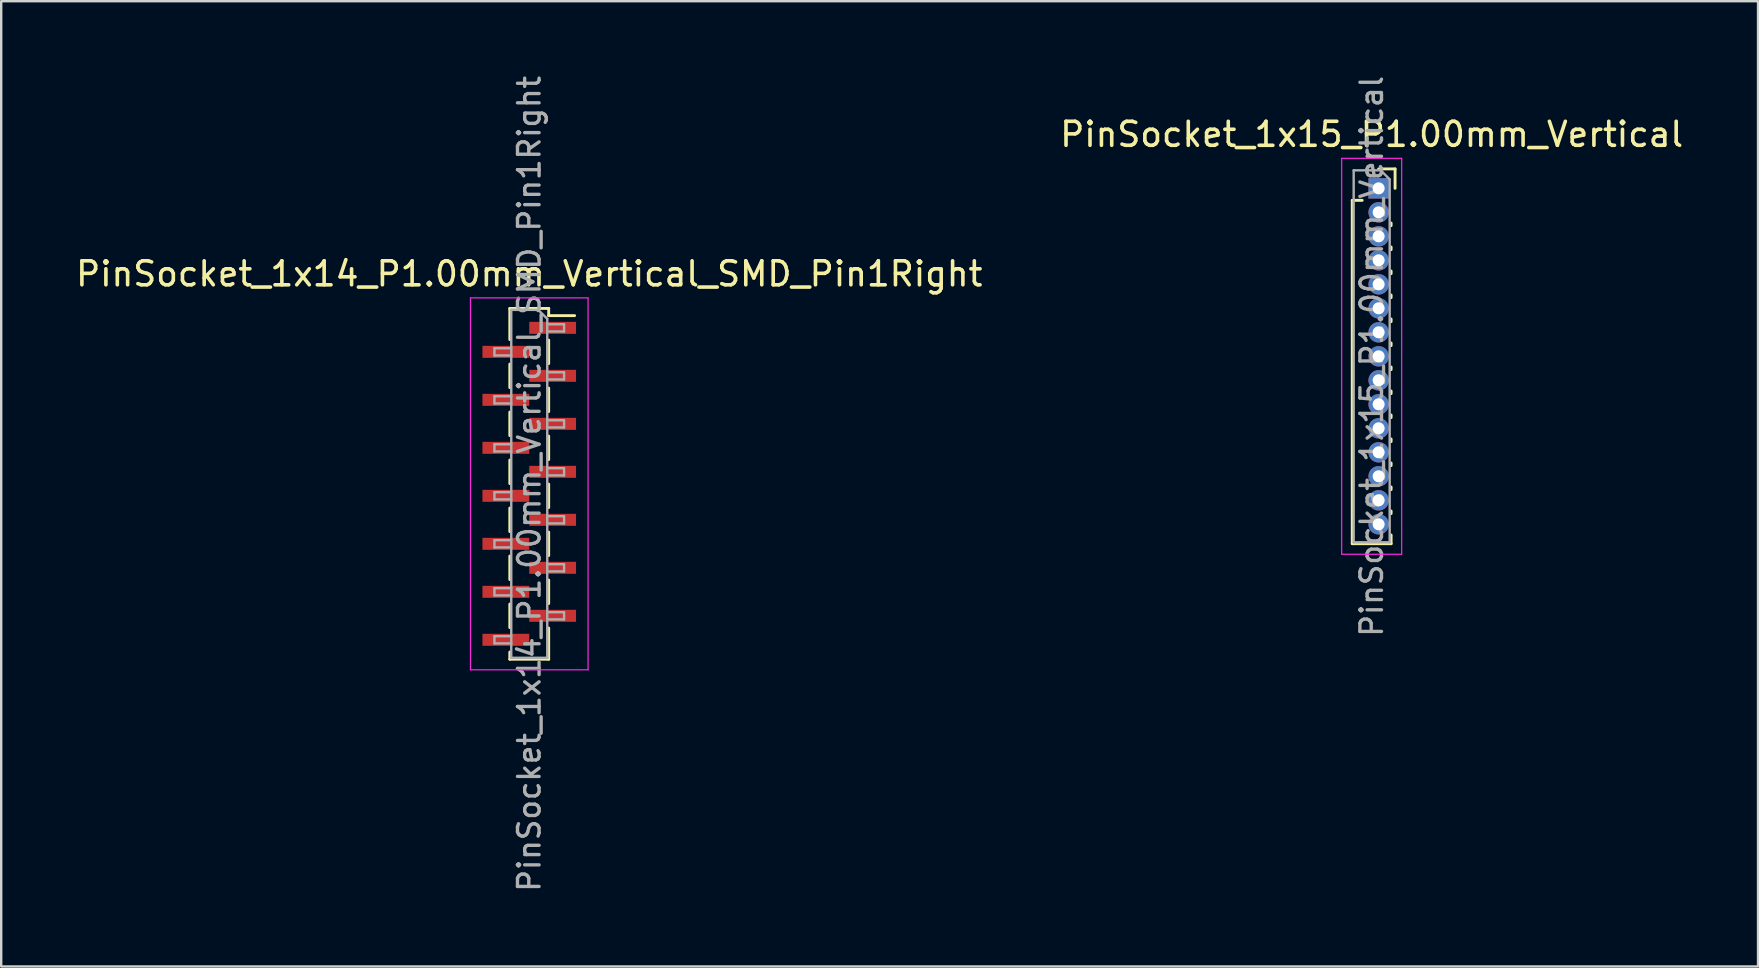
<source format=kicad_pcb>
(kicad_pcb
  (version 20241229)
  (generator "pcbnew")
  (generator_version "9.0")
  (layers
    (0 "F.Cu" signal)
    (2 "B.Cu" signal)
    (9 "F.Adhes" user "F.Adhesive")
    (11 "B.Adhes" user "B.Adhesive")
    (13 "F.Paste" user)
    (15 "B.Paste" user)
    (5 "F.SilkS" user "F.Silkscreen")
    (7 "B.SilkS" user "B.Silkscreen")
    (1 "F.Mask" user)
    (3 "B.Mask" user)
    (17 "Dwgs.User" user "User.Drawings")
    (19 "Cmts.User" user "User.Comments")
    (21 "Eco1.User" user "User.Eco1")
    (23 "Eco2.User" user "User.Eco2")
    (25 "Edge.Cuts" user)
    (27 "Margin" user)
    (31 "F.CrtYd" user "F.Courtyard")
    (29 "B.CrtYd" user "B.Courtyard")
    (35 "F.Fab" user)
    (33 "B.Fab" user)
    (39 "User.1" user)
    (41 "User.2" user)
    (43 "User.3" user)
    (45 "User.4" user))
  (footprint "PinSocket_1x15_P1.00mm_Vertical"
    (layer "F.Cu")
    (at 54.403 4.799)
    (property "Reference" "PinSocket_1x15_P1.00mm_Vertical" (at -0.29 -2.25 0) (layer "F.SilkS") (effects (font (size 1 1) (thickness 0.15))))
    (attr through_hole)
    (fp_line (start -1.1 0.5) (end -1.1 14.81) (stroke (width 0.12) (type solid)) (layer "F.SilkS"))
    (fp_line (start -1.1 0.5) (end -0.685 0.5) (stroke (width 0.12) (type solid)) (layer "F.SilkS"))
    (fp_line (start -1.1 14.81) (end 0.52 14.81) (stroke (width 0.12) (type solid)) (layer "F.SilkS"))
    (fp_line (start 0 -0.81) (end 0.685 -0.81) (stroke (width 0.12) (type solid)) (layer "F.SilkS"))
    (fp_line (start 0.52 1.446) (end 0.52 1.554) (stroke (width 0.12) (type solid)) (layer "F.SilkS"))
    (fp_line (start 0.52 2.446) (end 0.52 2.554) (stroke (width 0.12) (type solid)) (layer "F.SilkS"))
    (fp_line (start 0.52 3.446) (end 0.52 3.554) (stroke (width 0.12) (type solid)) (layer "F.SilkS"))
    (fp_line (start 0.52 4.446) (end 0.52 4.554) (stroke (width 0.12) (type solid)) (layer "F.SilkS"))
    (fp_line (start 0.52 5.446) (end 0.52 5.554) (stroke (width 0.12) (type solid)) (layer "F.SilkS"))
    (fp_line (start 0.52 6.446) (end 0.52 6.554) (stroke (width 0.12) (type solid)) (layer "F.SilkS"))
    (fp_line (start 0.52 7.446) (end 0.52 7.554) (stroke (width 0.12) (type solid)) (layer "F.SilkS"))
    (fp_line (start 0.52 8.446) (end 0.52 8.554) (stroke (width 0.12) (type solid)) (layer "F.SilkS"))
    (fp_line (start 0.52 9.446) (end 0.52 9.554) (stroke (width 0.12) (type solid)) (layer "F.SilkS"))
    (fp_line (start 0.52 10.446) (end 0.52 10.554) (stroke (width 0.12) (type solid)) (layer "F.SilkS"))
    (fp_line (start 0.52 11.446) (end 0.52 11.554) (stroke (width 0.12) (type solid)) (layer "F.SilkS"))
    (fp_line (start 0.52 12.446) (end 0.52 12.554) (stroke (width 0.12) (type solid)) (layer "F.SilkS"))
    (fp_line (start 0.52 13.446) (end 0.52 13.554) (stroke (width 0.12) (type solid)) (layer "F.SilkS"))
    (fp_line (start 0.52 14.446) (end 0.52 14.81) (stroke (width 0.12) (type solid)) (layer "F.SilkS"))
    (fp_line (start 0.685 -0.81) (end 0.685 0) (stroke (width 0.12) (type solid)) (layer "F.SilkS"))
    (fp_line (start -1.54 -1.25) (end 0.96 -1.25) (stroke (width 0.05) (type solid)) (layer "F.CrtYd"))
    (fp_line (start -1.54 15.25) (end -1.54 -1.25) (stroke (width 0.05) (type solid)) (layer "F.CrtYd"))
    (fp_line (start 0.96 -1.25) (end 0.96 15.25) (stroke (width 0.05) (type solid)) (layer "F.CrtYd"))
    (fp_line (start 0.96 15.25) (end -1.54 15.25) (stroke (width 0.05) (type solid)) (layer "F.CrtYd"))
    (fp_line (start -1.04 -0.75) (end 0.085 -0.75) (stroke (width 0.1) (type solid)) (layer "F.Fab"))
    (fp_line (start -1.04 14.75) (end -1.04 -0.75) (stroke (width 0.1) (type solid)) (layer "F.Fab"))
    (fp_line (start 0.085 -0.75) (end 0.46 -0.375) (stroke (width 0.1) (type solid)) (layer "F.Fab"))
    (fp_line (start 0.46 -0.375) (end 0.46 14.75) (stroke (width 0.1) (type solid)) (layer "F.Fab"))
    (fp_line (start 0.46 14.75) (end -1.04 14.75) (stroke (width 0.1) (type solid)) (layer "F.Fab"))
    (fp_text user "${REFERENCE}" (at -0.29 7 90) (layer "F.Fab") (effects (font (size 0.9 0.9) (thickness 0.14))))
    (pad "1" thru_hole rect (at 0 0) (size 0.85 0.85) (drill 0.5) (layers "*.Cu" "*.Mask"))
    (pad "2" thru_hole oval (at 0 1) (size 0.85 0.85) (drill 0.5) (layers "*.Cu" "*.Mask"))
    (pad "3" thru_hole oval (at 0 2) (size 0.85 0.85) (drill 0.5) (layers "*.Cu" "*.Mask"))
    (pad "4" thru_hole oval (at 0 3) (size 0.85 0.85) (drill 0.5) (layers "*.Cu" "*.Mask"))
    (pad "5" thru_hole oval (at 0 4) (size 0.85 0.85) (drill 0.5) (layers "*.Cu" "*.Mask"))
    (pad "6" thru_hole oval (at 0 5) (size 0.85 0.85) (drill 0.5) (layers "*.Cu" "*.Mask"))
    (pad "7" thru_hole oval (at 0 6) (size 0.85 0.85) (drill 0.5) (layers "*.Cu" "*.Mask"))
    (pad "8" thru_hole oval (at 0 7) (size 0.85 0.85) (drill 0.5) (layers "*.Cu" "*.Mask"))
    (pad "9" thru_hole oval (at 0 8) (size 0.85 0.85) (drill 0.5) (layers "*.Cu" "*.Mask"))
    (pad "10" thru_hole oval (at 0 9) (size 0.85 0.85) (drill 0.5) (layers "*.Cu" "*.Mask"))
    (pad "11" thru_hole oval (at 0 10) (size 0.85 0.85) (drill 0.5) (layers "*.Cu" "*.Mask"))
    (pad "12" thru_hole oval (at 0 11) (size 0.85 0.85) (drill 0.5) (layers "*.Cu" "*.Mask"))
    (pad "13" thru_hole oval (at 0 12) (size 0.85 0.85) (drill 0.5) (layers "*.Cu" "*.Mask"))
    (pad "14" thru_hole oval (at 0 13) (size 0.85 0.85) (drill 0.5) (layers "*.Cu" "*.Mask"))
    (pad "15" thru_hole oval (at 0 14) (size 0.85 0.85) (drill 0.5) (layers "*.Cu" "*.Mask")))
  (footprint "PinSocket_1x14_P1.00mm_Vertical_SMD_Pin1Right"
    (layer "F.Cu")
    (at 19.006 17.113)
    (property "Reference" "PinSocket_1x14_P1.00mm_Vertical_SMD_Pin1Right" (at 0 -8.75 0) (layer "F.SilkS") (effects (font (size 1 1) (thickness 0.15))))
    (attr smd)
    (fp_line (start -0.81 -7.31) (end -0.81 -6.01) (stroke (width 0.12) (type solid)) (layer "F.SilkS"))
    (fp_line (start -0.81 -7.31) (end 0.81 -7.31) (stroke (width 0.12) (type solid)) (layer "F.SilkS"))
    (fp_line (start -0.81 -4.99) (end -0.81 -4.01) (stroke (width 0.12) (type solid)) (layer "F.SilkS"))
    (fp_line (start -0.81 -2.99) (end -0.81 -2.01) (stroke (width 0.12) (type solid)) (layer "F.SilkS"))
    (fp_line (start -0.81 -0.99) (end -0.81 -0.01) (stroke (width 0.12) (type solid)) (layer "F.SilkS"))
    (fp_line (start -0.81 1.01) (end -0.81 1.99) (stroke (width 0.12) (type solid)) (layer "F.SilkS"))
    (fp_line (start -0.81 3.01) (end -0.81 3.99) (stroke (width 0.12) (type solid)) (layer "F.SilkS"))
    (fp_line (start -0.81 5.01) (end -0.81 5.99) (stroke (width 0.12) (type solid)) (layer "F.SilkS"))
    (fp_line (start -0.81 7.01) (end -0.81 7.31) (stroke (width 0.12) (type solid)) (layer "F.SilkS"))
    (fp_line (start -0.81 7.31) (end 0.81 7.31) (stroke (width 0.12) (type solid)) (layer "F.SilkS"))
    (fp_line (start 0.81 -7.31) (end 0.81 -7.01) (stroke (width 0.12) (type solid)) (layer "F.SilkS"))
    (fp_line (start 0.81 -7.01) (end 1.89 -7.01) (stroke (width 0.12) (type solid)) (layer "F.SilkS"))
    (fp_line (start 0.81 -5.99) (end 0.81 -5.01) (stroke (width 0.12) (type solid)) (layer "F.SilkS"))
    (fp_line (start 0.81 -3.99) (end 0.81 -3.01) (stroke (width 0.12) (type solid)) (layer "F.SilkS"))
    (fp_line (start 0.81 -1.99) (end 0.81 -1.01) (stroke (width 0.12) (type solid)) (layer "F.SilkS"))
    (fp_line (start 0.81 0.01) (end 0.81 0.99) (stroke (width 0.12) (type solid)) (layer "F.SilkS"))
    (fp_line (start 0.81 2.01) (end 0.81 2.99) (stroke (width 0.12) (type solid)) (layer "F.SilkS"))
    (fp_line (start 0.81 4.01) (end 0.81 4.99) (stroke (width 0.12) (type solid)) (layer "F.SilkS"))
    (fp_line (start 0.81 6.01) (end 0.81 7.31) (stroke (width 0.12) (type solid)) (layer "F.SilkS"))
    (fp_line (start -2.45 -7.75) (end 2.45 -7.75) (stroke (width 0.05) (type solid)) (layer "F.CrtYd"))
    (fp_line (start -2.45 7.75) (end -2.45 -7.75) (stroke (width 0.05) (type solid)) (layer "F.CrtYd"))
    (fp_line (start 2.45 -7.75) (end 2.45 7.75) (stroke (width 0.05) (type solid)) (layer "F.CrtYd"))
    (fp_line (start 2.45 7.75) (end -2.45 7.75) (stroke (width 0.05) (type solid)) (layer "F.CrtYd"))
    (fp_line (start -1.45 -5.65) (end -0.75 -5.65) (stroke (width 0.1) (type solid)) (layer "F.Fab"))
    (fp_line (start -1.45 -5.35) (end -1.45 -5.65) (stroke (width 0.1) (type solid)) (layer "F.Fab"))
    (fp_line (start -1.45 -3.65) (end -0.75 -3.65) (stroke (width 0.1) (type solid)) (layer "F.Fab"))
    (fp_line (start -1.45 -3.35) (end -1.45 -3.65) (stroke (width 0.1) (type solid)) (layer "F.Fab"))
    (fp_line (start -1.45 -1.65) (end -0.75 -1.65) (stroke (width 0.1) (type solid)) (layer "F.Fab"))
    (fp_line (start -1.45 -1.35) (end -1.45 -1.65) (stroke (width 0.1) (type solid)) (layer "F.Fab"))
    (fp_line (start -1.45 0.35) (end -0.75 0.35) (stroke (width 0.1) (type solid)) (layer "F.Fab"))
    (fp_line (start -1.45 0.65) (end -1.45 0.35) (stroke (width 0.1) (type solid)) (layer "F.Fab"))
    (fp_line (start -1.45 2.35) (end -0.75 2.35) (stroke (width 0.1) (type solid)) (layer "F.Fab"))
    (fp_line (start -1.45 2.65) (end -1.45 2.35) (stroke (width 0.1) (type solid)) (layer "F.Fab"))
    (fp_line (start -1.45 4.35) (end -0.75 4.35) (stroke (width 0.1) (type solid)) (layer "F.Fab"))
    (fp_line (start -1.45 4.65) (end -1.45 4.35) (stroke (width 0.1) (type solid)) (layer "F.Fab"))
    (fp_line (start -1.45 6.35) (end -0.75 6.35) (stroke (width 0.1) (type solid)) (layer "F.Fab"))
    (fp_line (start -1.45 6.65) (end -1.45 6.35) (stroke (width 0.1) (type solid)) (layer "F.Fab"))
    (fp_line (start -0.75 -7.25) (end 0.375 -7.25) (stroke (width 0.1) (type solid)) (layer "F.Fab"))
    (fp_line (start -0.75 -5.35) (end -1.45 -5.35) (stroke (width 0.1) (type solid)) (layer "F.Fab"))
    (fp_line (start -0.75 -3.35) (end -1.45 -3.35) (stroke (width 0.1) (type solid)) (layer "F.Fab"))
    (fp_line (start -0.75 -1.35) (end -1.45 -1.35) (stroke (width 0.1) (type solid)) (layer "F.Fab"))
    (fp_line (start -0.75 0.65) (end -1.45 0.65) (stroke (width 0.1) (type solid)) (layer "F.Fab"))
    (fp_line (start -0.75 2.65) (end -1.45 2.65) (stroke (width 0.1) (type solid)) (layer "F.Fab"))
    (fp_line (start -0.75 4.65) (end -1.45 4.65) (stroke (width 0.1) (type solid)) (layer "F.Fab"))
    (fp_line (start -0.75 6.65) (end -1.45 6.65) (stroke (width 0.1) (type solid)) (layer "F.Fab"))
    (fp_line (start -0.75 7.25) (end -0.75 -7.25) (stroke (width 0.1) (type solid)) (layer "F.Fab"))
    (fp_line (start 0.375 -7.25) (end 0.75 -6.875) (stroke (width 0.1) (type solid)) (layer "F.Fab"))
    (fp_line (start 0.75 -6.875) (end 0.75 7.25) (stroke (width 0.1) (type solid)) (layer "F.Fab"))
    (fp_line (start 0.75 -6.65) (end 1.45 -6.65) (stroke (width 0.1) (type solid)) (layer "F.Fab"))
    (fp_line (start 0.75 -4.65) (end 1.45 -4.65) (stroke (width 0.1) (type solid)) (layer "F.Fab"))
    (fp_line (start 0.75 -2.65) (end 1.45 -2.65) (stroke (width 0.1) (type solid)) (layer "F.Fab"))
    (fp_line (start 0.75 -0.65) (end 1.45 -0.65) (stroke (width 0.1) (type solid)) (layer "F.Fab"))
    (fp_line (start 0.75 1.35) (end 1.45 1.35) (stroke (width 0.1) (type solid)) (layer "F.Fab"))
    (fp_line (start 0.75 3.35) (end 1.45 3.35) (stroke (width 0.1) (type solid)) (layer "F.Fab"))
    (fp_line (start 0.75 5.35) (end 1.45 5.35) (stroke (width 0.1) (type solid)) (layer "F.Fab"))
    (fp_line (start 0.75 7.25) (end -0.75 7.25) (stroke (width 0.1) (type solid)) (layer "F.Fab"))
    (fp_line (start 1.45 -6.65) (end 1.45 -6.35) (stroke (width 0.1) (type solid)) (layer "F.Fab"))
    (fp_line (start 1.45 -6.35) (end 0.75 -6.35) (stroke (width 0.1) (type solid)) (layer "F.Fab"))
    (fp_line (start 1.45 -4.65) (end 1.45 -4.35) (stroke (width 0.1) (type solid)) (layer "F.Fab"))
    (fp_line (start 1.45 -4.35) (end 0.75 -4.35) (stroke (width 0.1) (type solid)) (layer "F.Fab"))
    (fp_line (start 1.45 -2.65) (end 1.45 -2.35) (stroke (width 0.1) (type solid)) (layer "F.Fab"))
    (fp_line (start 1.45 -2.35) (end 0.75 -2.35) (stroke (width 0.1) (type solid)) (layer "F.Fab"))
    (fp_line (start 1.45 -0.65) (end 1.45 -0.35) (stroke (width 0.1) (type solid)) (layer "F.Fab"))
    (fp_line (start 1.45 -0.35) (end 0.75 -0.35) (stroke (width 0.1) (type solid)) (layer "F.Fab"))
    (fp_line (start 1.45 1.35) (end 1.45 1.65) (stroke (width 0.1) (type solid)) (layer "F.Fab"))
    (fp_line (start 1.45 1.65) (end 0.75 1.65) (stroke (width 0.1) (type solid)) (layer "F.Fab"))
    (fp_line (start 1.45 3.35) (end 1.45 3.65) (stroke (width 0.1) (type solid)) (layer "F.Fab"))
    (fp_line (start 1.45 3.65) (end 0.75 3.65) (stroke (width 0.1) (type solid)) (layer "F.Fab"))
    (fp_line (start 1.45 5.35) (end 1.45 5.65) (stroke (width 0.1) (type solid)) (layer "F.Fab"))
    (fp_line (start 1.45 5.65) (end 0.75 5.65) (stroke (width 0.1) (type solid)) (layer "F.Fab"))
    (fp_text user "${REFERENCE}" (at 0 0 90) (layer "F.Fab") (effects (font (size 0.9 0.9) (thickness 0.14))))
    (pad "1" smd rect (at 0.975 -6.5) (size 1.95 0.5) (layers "F.Cu" "F.Mask" "F.Paste"))
    (pad "2" smd rect (at -0.975 -5.5) (size 1.95 0.5) (layers "F.Cu" "F.Mask" "F.Paste"))
    (pad "3" smd rect (at 0.975 -4.5) (size 1.95 0.5) (layers "F.Cu" "F.Mask" "F.Paste"))
    (pad "4" smd rect (at -0.975 -3.5) (size 1.95 0.5) (layers "F.Cu" "F.Mask" "F.Paste"))
    (pad "5" smd rect (at 0.975 -2.5) (size 1.95 0.5) (layers "F.Cu" "F.Mask" "F.Paste"))
    (pad "6" smd rect (at -0.975 -1.5) (size 1.95 0.5) (layers "F.Cu" "F.Mask" "F.Paste"))
    (pad "7" smd rect (at 0.975 -0.5) (size 1.95 0.5) (layers "F.Cu" "F.Mask" "F.Paste"))
    (pad "8" smd rect (at -0.975 0.5) (size 1.95 0.5) (layers "F.Cu" "F.Mask" "F.Paste"))
    (pad "9" smd rect (at 0.975 1.5) (size 1.95 0.5) (layers "F.Cu" "F.Mask" "F.Paste"))
    (pad "10" smd rect (at -0.975 2.5) (size 1.95 0.5) (layers "F.Cu" "F.Mask" "F.Paste"))
    (pad "11" smd rect (at 0.975 3.5) (size 1.95 0.5) (layers "F.Cu" "F.Mask" "F.Paste"))
    (pad "12" smd rect (at -0.975 4.5) (size 1.95 0.5) (layers "F.Cu" "F.Mask" "F.Paste"))
    (pad "13" smd rect (at 0.975 5.5) (size 1.95 0.5) (layers "F.Cu" "F.Mask" "F.Paste"))
    (pad "14" smd rect (at -0.975 6.5) (size 1.95 0.5) (layers "F.Cu" "F.Mask" "F.Paste")))
  (gr_rect
    (start -3 -3)
    (end 70.214 37.226)
    (stroke (width 0.1) (type default))
    (fill no)
    (layer "Edge.Cuts")))
</source>
